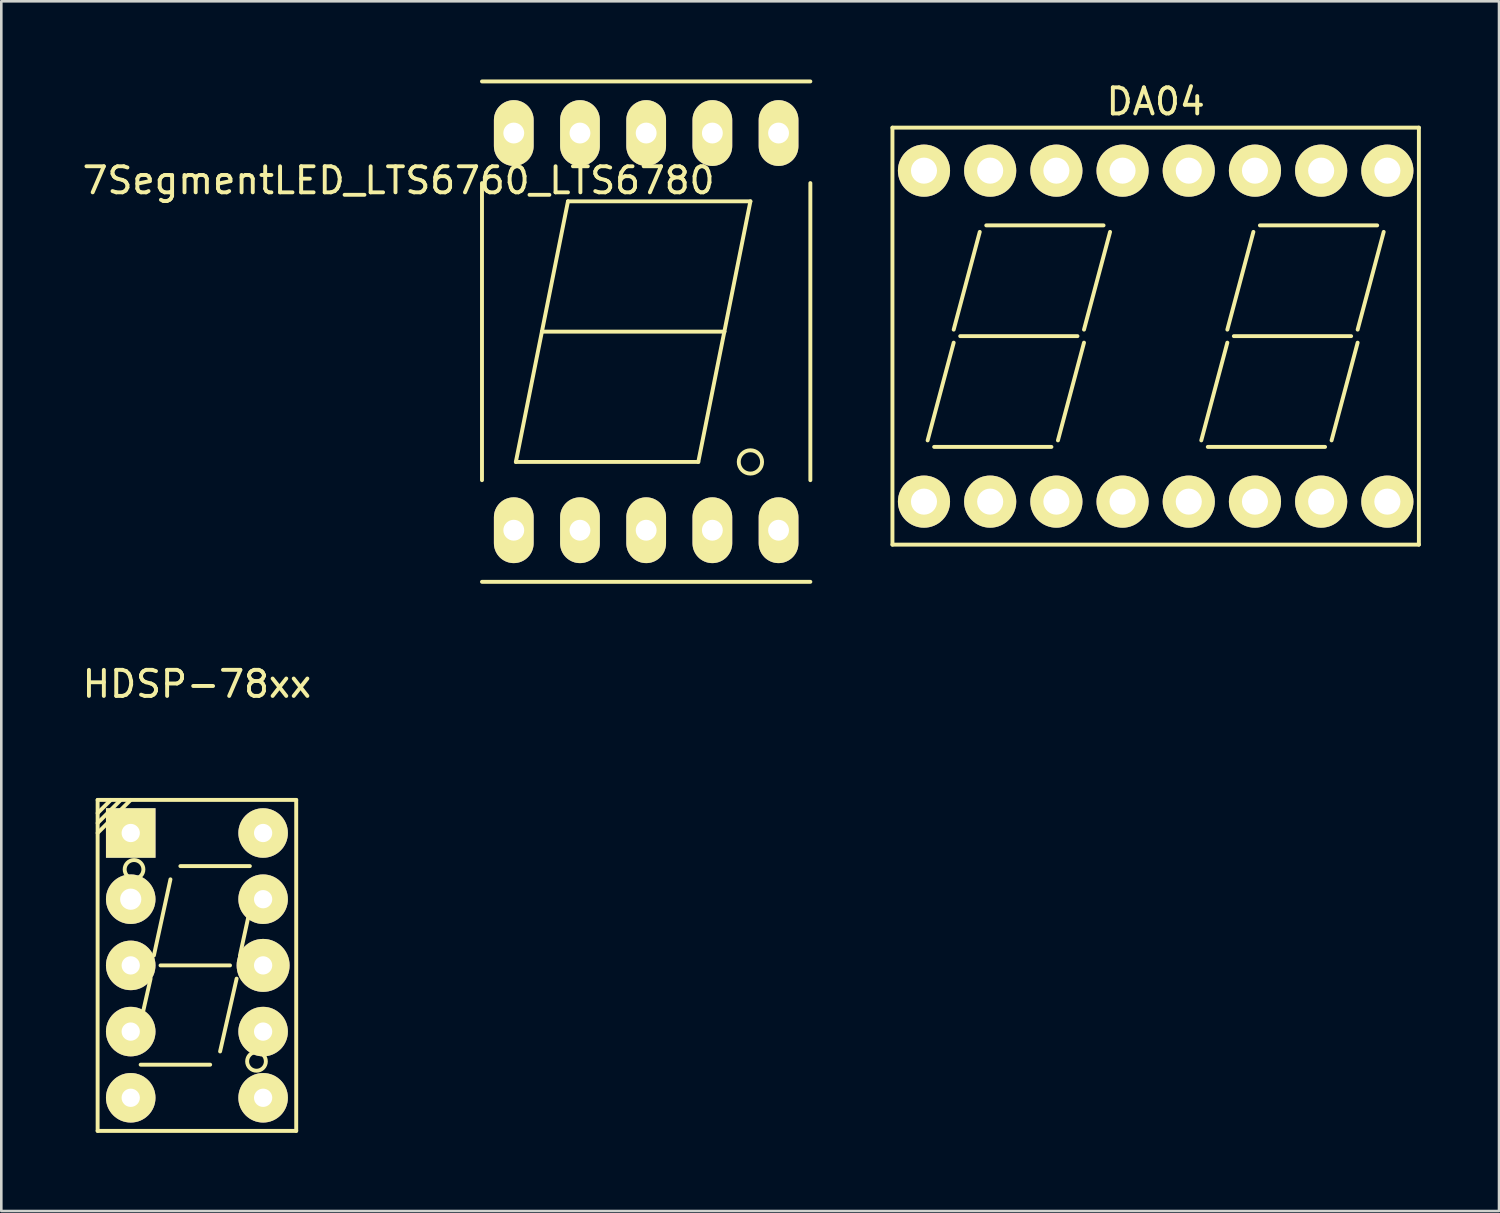
<source format=kicad_pcb>
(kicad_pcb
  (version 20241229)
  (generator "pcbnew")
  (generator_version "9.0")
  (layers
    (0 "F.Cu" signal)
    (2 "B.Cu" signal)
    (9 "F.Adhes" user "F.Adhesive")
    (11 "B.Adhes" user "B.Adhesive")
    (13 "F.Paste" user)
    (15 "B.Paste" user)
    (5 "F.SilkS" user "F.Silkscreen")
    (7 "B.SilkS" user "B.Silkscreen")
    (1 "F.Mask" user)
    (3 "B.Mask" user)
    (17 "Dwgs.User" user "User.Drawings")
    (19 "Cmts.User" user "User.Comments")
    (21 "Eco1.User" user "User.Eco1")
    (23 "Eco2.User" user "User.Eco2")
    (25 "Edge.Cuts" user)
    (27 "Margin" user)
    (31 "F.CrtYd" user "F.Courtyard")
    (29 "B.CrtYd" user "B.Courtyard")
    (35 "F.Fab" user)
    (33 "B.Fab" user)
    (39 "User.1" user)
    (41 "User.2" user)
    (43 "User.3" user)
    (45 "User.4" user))
  (footprint "7SegmentLED_LTS6760_LTS6780"
    (layer "F.Cu")
    (at 21.744 9.675)
    (property "Reference" "7SegmentLED_LTS6760_LTS6780" (at -9.5 -5.8 0) (layer "F.SilkS") (effects (font (size 1 1) (thickness 0.15))))
    (attr through_hole)
    (fp_line (start -6.3 -9.6) (end 6.3 -9.6) (stroke (width 0.15) (type solid)) (layer "F.SilkS"))
    (fp_line (start -6.3 -5.7) (end -6.3 5.7) (stroke (width 0.15) (type solid)) (layer "F.SilkS"))
    (fp_line (start -5 5) (end 2 5) (stroke (width 0.15) (type solid)) (layer "F.SilkS"))
    (fp_line (start -4 0) (end -5 5) (stroke (width 0.15) (type solid)) (layer "F.SilkS"))
    (fp_line (start -3 -5) (end -4 0) (stroke (width 0.15) (type solid)) (layer "F.SilkS"))
    (fp_line (start -3 -5) (end 4 -5) (stroke (width 0.15) (type solid)) (layer "F.SilkS"))
    (fp_line (start 2 5) (end 3 0) (stroke (width 0.15) (type solid)) (layer "F.SilkS"))
    (fp_line (start 3 0) (end -4 0) (stroke (width 0.15) (type solid)) (layer "F.SilkS"))
    (fp_line (start 4 -5) (end 3 0) (stroke (width 0.15) (type solid)) (layer "F.SilkS"))
    (fp_line (start 6.3 -5.7) (end 6.3 5.7) (stroke (width 0.15) (type solid)) (layer "F.SilkS"))
    (fp_line (start 6.3 9.6) (end -6.3 9.6) (stroke (width 0.15) (type solid)) (layer "F.SilkS"))
    (fp_circle (center 4 5) (end 4.4 5.2) (stroke (width 0.15) (type solid)) (fill no) (layer "F.SilkS"))
    (pad "1" thru_hole oval (at -5.08 7.62) (size 1.524 2.524) (drill 0.8) (layers "*.Cu" "*.Mask" "F.SilkS"))
    (pad "2" thru_hole oval (at -2.54 7.62) (size 1.524 2.524) (drill 0.8) (layers "*.Cu" "*.Mask" "F.SilkS"))
    (pad "3" thru_hole oval (at 0 7.62) (size 1.524 2.524) (drill 0.8) (layers "*.Cu" "*.Mask" "F.SilkS"))
    (pad "4" thru_hole oval (at 2.54 7.62) (size 1.524 2.524) (drill 0.8) (layers "*.Cu" "*.Mask" "F.SilkS"))
    (pad "5" thru_hole oval (at 5.08 7.62) (size 1.524 2.524) (drill 0.8) (layers "*.Cu" "*.Mask" "F.SilkS"))
    (pad "6" thru_hole oval (at 5.08 -7.62) (size 1.524 2.524) (drill 0.8) (layers "*.Cu" "*.Mask" "F.SilkS"))
    (pad "7" thru_hole oval (at 2.54 -7.62) (size 1.524 2.524) (drill 0.8) (layers "*.Cu" "*.Mask" "F.SilkS"))
    (pad "8" thru_hole oval (at 0 -7.62) (size 1.524 2.524) (drill 0.8) (layers "*.Cu" "*.Mask" "F.SilkS"))
    (pad "9" thru_hole oval (at -2.54 -7.62) (size 1.524 2.524) (drill 0.8) (layers "*.Cu" "*.Mask" "F.SilkS"))
    (pad "10" thru_hole oval (at -5.08 -7.62) (size 1.524 2.524) (drill 0.8) (layers "*.Cu" "*.Mask" "F.SilkS")))
  (footprint "HDSP-78xx"
    (layer "F.Cu")
    (at 4.506 33.993)
    (property "Reference" "HDSP-78xx" (at 0 -10.795 0) (layer "F.SilkS") (effects (font (size 1 1) (thickness 0.15))))
    (attr through_hole)
    (fp_line (start -3.81 -6.35) (end -3.81 6.35) (stroke (width 0.15) (type solid)) (layer "F.SilkS"))
    (fp_line (start -3.81 -5.842) (end -3.302 -6.35) (stroke (width 0.15) (type solid)) (layer "F.SilkS"))
    (fp_line (start -3.81 -5.461) (end -2.921 -6.35) (stroke (width 0.15) (type solid)) (layer "F.SilkS"))
    (fp_line (start -3.81 -5.08) (end -2.54 -6.35) (stroke (width 0.15) (type solid)) (layer "F.SilkS"))
    (fp_line (start -3.81 6.35) (end 3.81 6.35) (stroke (width 0.15) (type solid)) (layer "F.SilkS"))
    (fp_line (start -2.413 3.302) (end -1.778 0.508) (stroke (width 0.15) (type solid)) (layer "F.SilkS"))
    (fp_line (start -2.159 3.81) (end 0.508 3.81) (stroke (width 0.15) (type solid)) (layer "F.SilkS"))
    (fp_line (start -1.651 -0.381) (end -1.016 -3.302) (stroke (width 0.15) (type solid)) (layer "F.SilkS"))
    (fp_line (start -1.397 0) (end 1.27 0) (stroke (width 0.15) (type solid)) (layer "F.SilkS"))
    (fp_line (start -0.635 -3.81) (end 2.032 -3.81) (stroke (width 0.15) (type solid)) (layer "F.SilkS"))
    (fp_line (start 0.889 3.302) (end 1.524 0.508) (stroke (width 0.15) (type solid)) (layer "F.SilkS"))
    (fp_line (start 1.651 -0.381) (end 2.286 -3.302) (stroke (width 0.15) (type solid)) (layer "F.SilkS"))
    (fp_line (start 3.81 -6.35) (end -3.81 -6.35) (stroke (width 0.15) (type solid)) (layer "F.SilkS"))
    (fp_line (start 3.81 6.35) (end 3.81 -6.35) (stroke (width 0.15) (type solid)) (layer "F.SilkS"))
    (fp_circle (center -2.413 -3.683) (end -2.159 -3.429) (stroke (width 0.15) (type solid)) (fill no) (layer "F.SilkS"))
    (fp_circle (center 2.286 3.683) (end 2.54 3.937) (stroke (width 0.15) (type solid)) (fill no) (layer "F.SilkS"))
    (pad "" thru_hole circle (at -2.54 -2.54) (size 1.397 1.397) (drill 0.813) (layers "*.Cu" "*.Mask" "F.SilkS"))
    (pad "1" thru_hole rect (at -2.54 -5.08) (size 1.9 1.9) (drill 0.701) (layers "*.Cu" "*.Mask" "F.SilkS"))
    (pad "2" thru_hole circle (at -2.54 -2.54) (size 1.9 1.9) (drill 0.701) (layers "*.Cu" "*.Mask" "F.SilkS"))
    (pad "3" thru_hole circle (at -2.54 0) (size 1.9 1.9) (drill 0.701) (layers "*.Cu" "*.Mask" "F.SilkS"))
    (pad "4" thru_hole circle (at -2.54 2.54) (size 1.9 1.9) (drill 0.701) (layers "*.Cu" "*.Mask" "F.SilkS"))
    (pad "5" thru_hole circle (at -2.54 5.08) (size 1.9 1.9) (drill 0.701) (layers "*.Cu" "*.Mask" "F.SilkS"))
    (pad "6" thru_hole circle (at 2.54 5.08) (size 1.9 1.9) (drill 0.701) (layers "*.Cu" "*.Mask" "F.SilkS"))
    (pad "7" thru_hole circle (at 2.54 2.54) (size 1.9 1.9) (drill 0.701) (layers "*.Cu" "*.Mask" "F.SilkS"))
    (pad "8" thru_hole circle (at 2.54 0) (size 2.032 2.032) (drill 0.701) (layers "*.Cu" "*.Mask" "F.SilkS"))
    (pad "9" thru_hole circle (at 2.54 -2.54) (size 1.9 1.9) (drill 0.701) (layers "*.Cu" "*.Mask" "F.SilkS"))
    (pad "10" thru_hole circle (at 2.54 -5.08) (size 1.9 1.9) (drill 0.701) (layers "*.Cu" "*.Mask" "F.SilkS")))
  (footprint "DA04"
    (layer "F.Cu")
    (at 41.294 9.848)
    (property "Reference" "DA04" (at 0 -9 0) (layer "F.SilkS") (effects (font (size 1 1) (thickness 0.15))))
    (attr through_hole)
    (fp_line (start -10.1 -8) (end 10.1 -8) (stroke (width 0.15) (type solid)) (layer "F.SilkS"))
    (fp_line (start -10.1 8) (end -10.1 -8) (stroke (width 0.15) (type solid)) (layer "F.SilkS"))
    (fp_line (start -8.75 4) (end -7.75 0.25) (stroke (width 0.15) (type solid)) (layer "F.SilkS"))
    (fp_line (start -8.5 4.25) (end -4 4.25) (stroke (width 0.15) (type solid)) (layer "F.SilkS"))
    (fp_line (start -7.75 -0.25) (end -6.75 -4) (stroke (width 0.15) (type solid)) (layer "F.SilkS"))
    (fp_line (start -7.5 0) (end -3 0) (stroke (width 0.15) (type solid)) (layer "F.SilkS"))
    (fp_line (start -6.5 -4.25) (end -2 -4.25) (stroke (width 0.15) (type solid)) (layer "F.SilkS"))
    (fp_line (start -3.75 4) (end -2.75 0.25) (stroke (width 0.15) (type solid)) (layer "F.SilkS"))
    (fp_line (start -2.75 -0.25) (end -1.75 -4) (stroke (width 0.15) (type solid)) (layer "F.SilkS"))
    (fp_line (start 1.75 4) (end 2.75 0.25) (stroke (width 0.15) (type solid)) (layer "F.SilkS"))
    (fp_line (start 2 4.25) (end 6.5 4.25) (stroke (width 0.15) (type solid)) (layer "F.SilkS"))
    (fp_line (start 2.75 -0.25) (end 3.75 -4) (stroke (width 0.15) (type solid)) (layer "F.SilkS"))
    (fp_line (start 3 0) (end 7.5 0) (stroke (width 0.15) (type solid)) (layer "F.SilkS"))
    (fp_line (start 4 -4.25) (end 8.5 -4.25) (stroke (width 0.15) (type solid)) (layer "F.SilkS"))
    (fp_line (start 6.75 4) (end 7.75 0.25) (stroke (width 0.15) (type solid)) (layer "F.SilkS"))
    (fp_line (start 7.75 -0.25) (end 8.75 -4) (stroke (width 0.15) (type solid)) (layer "F.SilkS"))
    (fp_line (start 10.1 -8) (end 10.1 8) (stroke (width 0.15) (type solid)) (layer "F.SilkS"))
    (fp_line (start 10.1 8) (end -10.1 8) (stroke (width 0.15) (type solid)) (layer "F.SilkS"))
    (pad "1" thru_hole circle (at -8.89 6.35) (size 2 2) (drill 1) (layers "*.Cu" "*.Mask" "F.SilkS"))
    (pad "2" thru_hole circle (at -6.35 6.35) (size 2 2) (drill 1) (layers "*.Cu" "*.Mask" "F.SilkS"))
    (pad "3" thru_hole circle (at -3.81 6.35) (size 2 2) (drill 1) (layers "*.Cu" "*.Mask" "F.SilkS"))
    (pad "4" thru_hole circle (at -1.27 6.35) (size 2 2) (drill 1) (layers "*.Cu" "*.Mask" "F.SilkS"))
    (pad "5" thru_hole circle (at 1.27 6.35) (size 2 2) (drill 1) (layers "*.Cu" "*.Mask" "F.SilkS"))
    (pad "6" thru_hole circle (at 3.81 6.35) (size 2 2) (drill 1) (layers "*.Cu" "*.Mask" "F.SilkS"))
    (pad "7" thru_hole circle (at 6.35 6.35) (size 2 2) (drill 1) (layers "*.Cu" "*.Mask" "F.SilkS"))
    (pad "8" thru_hole circle (at 8.89 6.35) (size 2 2) (drill 1) (layers "*.Cu" "*.Mask" "F.SilkS"))
    (pad "9" thru_hole circle (at 8.89 -6.35) (size 2 2) (drill 1) (layers "*.Cu" "*.Mask" "F.SilkS"))
    (pad "10" thru_hole circle (at 6.35 -6.35) (size 2 2) (drill 1) (layers "*.Cu" "*.Mask" "F.SilkS"))
    (pad "11" thru_hole circle (at 3.81 -6.35) (size 2 2) (drill 1) (layers "*.Cu" "*.Mask" "F.SilkS"))
    (pad "12" thru_hole circle (at 1.27 -6.35) (size 2 2) (drill 1) (layers "*.Cu" "*.Mask" "F.SilkS"))
    (pad "13" thru_hole circle (at -1.27 -6.35) (size 2 2) (drill 1) (layers "*.Cu" "*.Mask" "F.SilkS"))
    (pad "14" thru_hole circle (at -3.81 -6.35) (size 2 2) (drill 1) (layers "*.Cu" "*.Mask" "F.SilkS"))
    (pad "15" thru_hole circle (at -6.35 -6.35) (size 2 2) (drill 1) (layers "*.Cu" "*.Mask" "F.SilkS"))
    (pad "16" thru_hole circle (at -8.89 -6.35) (size 2 2) (drill 1) (layers "*.Cu" "*.Mask" "F.SilkS")))
  (gr_rect
    (start -3 -3)
    (end 54.469 43.418)
    (stroke (width 0.1) (type default))
    (fill no)
    (layer "Edge.Cuts")))
</source>
